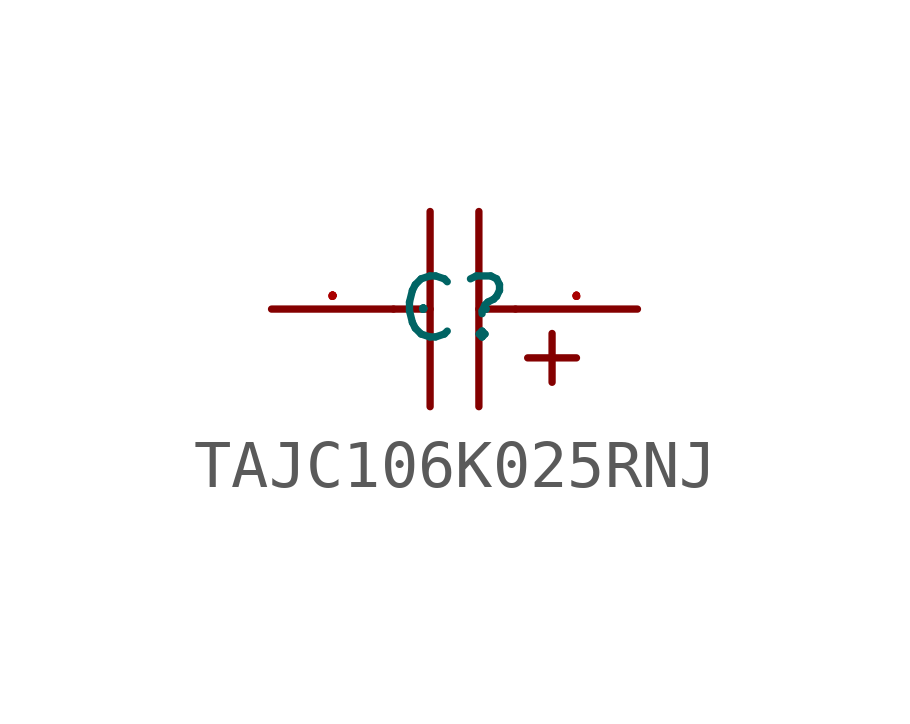
<source format=kicad_sym>
(kicad_symbol_lib
  (version 20241209)
  (generator "kicad_symbol_editor")
  (generator_version "9.0")
  (symbol "TAJC106K025RNJ"
    (property "Reference" "C"
      (at 0 0 0)
      (effects (font (size 1.27 1.27))))
    (symbol "TAJC106K025RNJ_1_0"
      (polyline (pts (xy -0.508 0) (xy -1.27 0)) (stroke (width 0) (type default)) (fill (type none)))
      (polyline (pts (xy -0.508 -2.032) (xy -0.508 2.032)) (stroke (width 0) (type default)) (fill (type none)))
      (polyline (pts (xy 0.508 -2.032) (xy 0.508 2.032)) (stroke (width 0) (type default)) (fill (type none)))
      (polyline (pts (xy 1.27 0) (xy 0.508 0)) (stroke (width 0) (type default)) (fill (type none)))
      (polyline (pts (xy 2.032 -1.524) (xy 2.032 -0.508)) (stroke (width 0) (type default)) (fill (type none)))
      (polyline (pts (xy 2.54 -1.016) (xy 1.524 -1.016)) (stroke (width 0) (type default)) (fill (type none)))
      (pin input line (at -3.81 0 0) (length 2.54) (name "2" (effects (font (size 0.025 0.025)))) (number "2" (effects (font (size 0.025 0.025)))))
      (pin input line (at 3.81 0 180) (length 2.54) (name "1" (effects (font (size 0.025 0.025)))) (number "1" (effects (font (size 0.025 0.025))))))))
</source>
